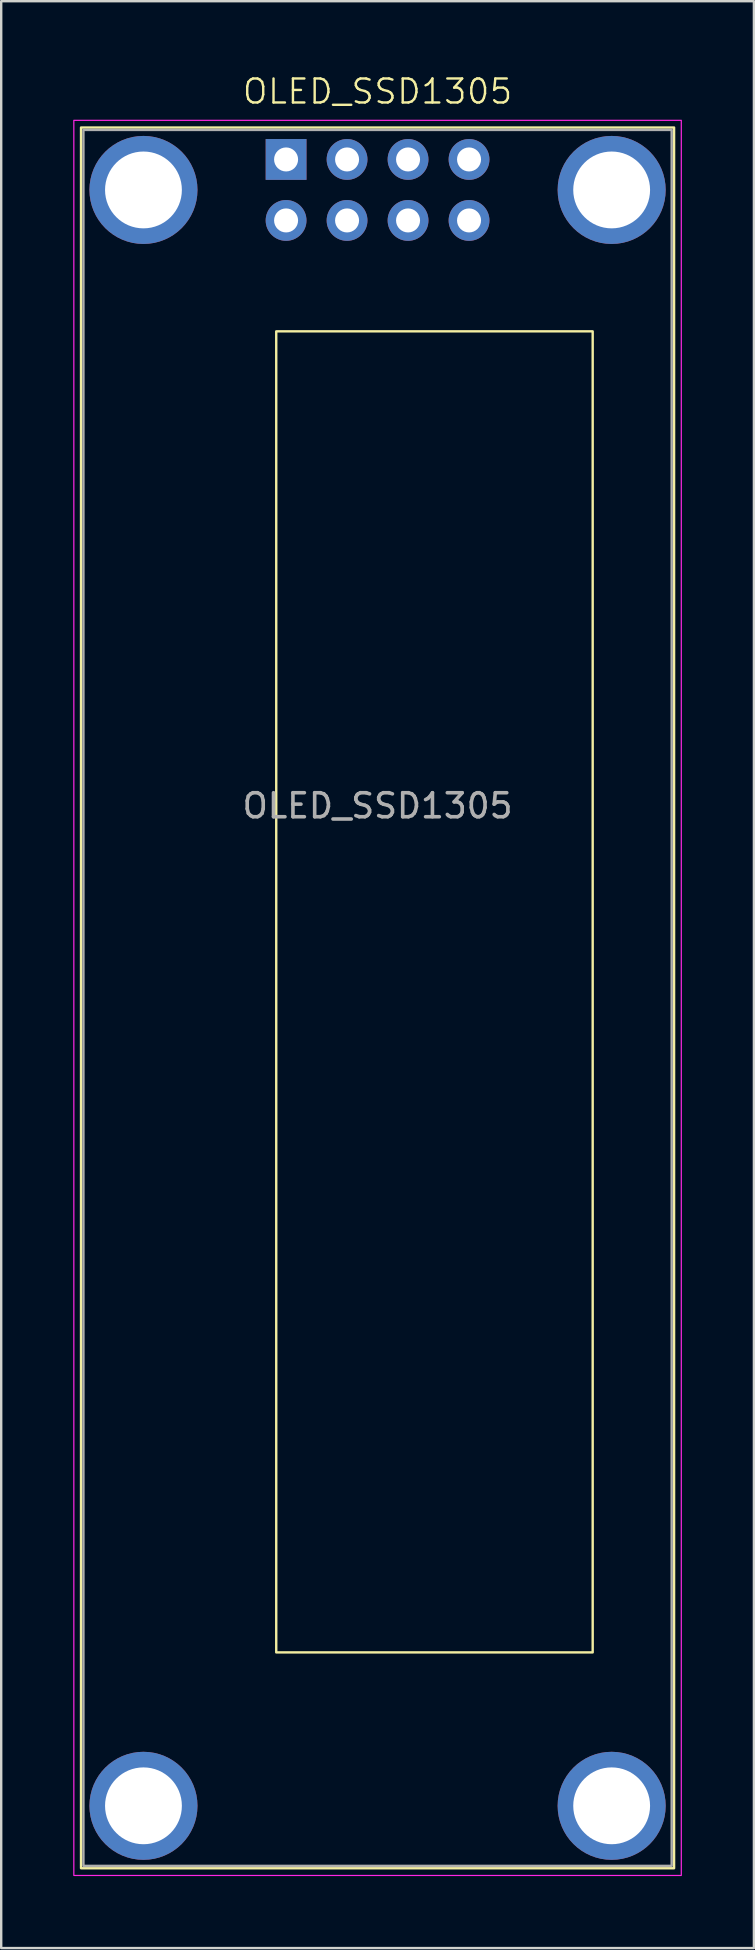
<source format=kicad_pcb>
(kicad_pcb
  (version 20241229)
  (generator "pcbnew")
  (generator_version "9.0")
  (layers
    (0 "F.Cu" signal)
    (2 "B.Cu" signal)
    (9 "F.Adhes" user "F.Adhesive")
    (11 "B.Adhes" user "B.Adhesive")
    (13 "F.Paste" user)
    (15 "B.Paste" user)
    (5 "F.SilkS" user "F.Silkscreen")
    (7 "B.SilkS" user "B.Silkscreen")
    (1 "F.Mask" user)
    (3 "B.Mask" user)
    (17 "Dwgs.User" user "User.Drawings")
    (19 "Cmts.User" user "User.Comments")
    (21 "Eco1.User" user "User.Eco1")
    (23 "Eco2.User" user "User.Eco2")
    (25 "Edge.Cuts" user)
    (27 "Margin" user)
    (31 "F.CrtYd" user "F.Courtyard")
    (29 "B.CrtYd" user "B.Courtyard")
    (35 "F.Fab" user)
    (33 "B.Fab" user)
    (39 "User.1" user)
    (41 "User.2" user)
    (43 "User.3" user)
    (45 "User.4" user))
  (footprint "OLED_SSD1305"
    (layer "F.Cu")
    (at 12.675 38.511)
    (property "Reference" "OLED_SSD1305" (at 0 -37.75 0) (unlocked yes) (layer "F.SilkS") (effects (font (size 1 1) (thickness 0.1))))
    (attr smd)
    (fp_rect (start -12.35 -36.25) (end 12.35 36.25) (stroke (width 0.1) (type solid)) (fill no) (layer "F.SilkS"))
    (fp_rect (start -4.22 -27.76) (end 8.96 27.26) (stroke (width 0.1) (type solid)) (fill no) (layer "F.SilkS"))
    (fp_rect (start -12.65 -36.55) (end 12.65 36.55) (stroke (width 0.05) (type solid)) (fill no) (layer "F.CrtYd"))
    (fp_rect (start -12.25 -36.15) (end 12.25 36.15) (stroke (width 0.1) (type solid)) (fill no) (layer "F.Fab"))
    (fp_text user "${REFERENCE}" (at 0 -8 0) (unlocked yes) (layer "F.Fab") (effects (font (size 1 1) (thickness 0.15))))
    (pad "" thru_hole circle (at -9.75 -33.65) (size 4.5 4.5) (drill 3.2) (layers "*.Cu" "*.Mask"))
    (pad "" thru_hole circle (at -9.75 33.65) (size 4.5 4.5) (drill 3.2) (layers "*.Cu" "*.Mask"))
    (pad "" thru_hole circle (at 9.75 -33.65) (size 4.5 4.5) (drill 3.2) (layers "*.Cu" "*.Mask"))
    (pad "" thru_hole circle (at 9.75 33.65) (size 4.5 4.5) (drill 3.2) (layers "*.Cu" "*.Mask"))
    (pad "1" thru_hole rect (at -3.81 -34.92 270) (size 1.7 1.7) (drill 1) (layers "*.Cu" "*.Mask"))
    (pad "2" thru_hole circle (at -3.81 -32.38 270) (size 1.7 1.7) (drill 1) (layers "*.Cu" "*.Mask"))
    (pad "3" thru_hole circle (at -1.27 -34.92 270) (size 1.7 1.7) (drill 1) (layers "*.Cu" "*.Mask"))
    (pad "4" thru_hole circle (at -1.27 -32.38 270) (size 1.7 1.7) (drill 1) (layers "*.Cu" "*.Mask"))
    (pad "5" thru_hole circle (at 1.27 -34.92 270) (size 1.7 1.7) (drill 1) (layers "*.Cu" "*.Mask"))
    (pad "6" thru_hole circle (at 1.27 -32.38 270) (size 1.7 1.7) (drill 1) (layers "*.Cu" "*.Mask"))
    (pad "7" thru_hole circle (at 3.81 -34.92 270) (size 1.7 1.7) (drill 1) (layers "*.Cu" "*.Mask"))
    (pad "8" thru_hole circle (at 3.81 -32.38 270) (size 1.7 1.7) (drill 1) (layers "*.Cu" "*.Mask")))
  (gr_rect
    (start -3 -3)
    (end 28.35 78.085)
    (stroke (width 0.1) (type default))
    (fill no)
    (layer "Edge.Cuts")))
</source>
